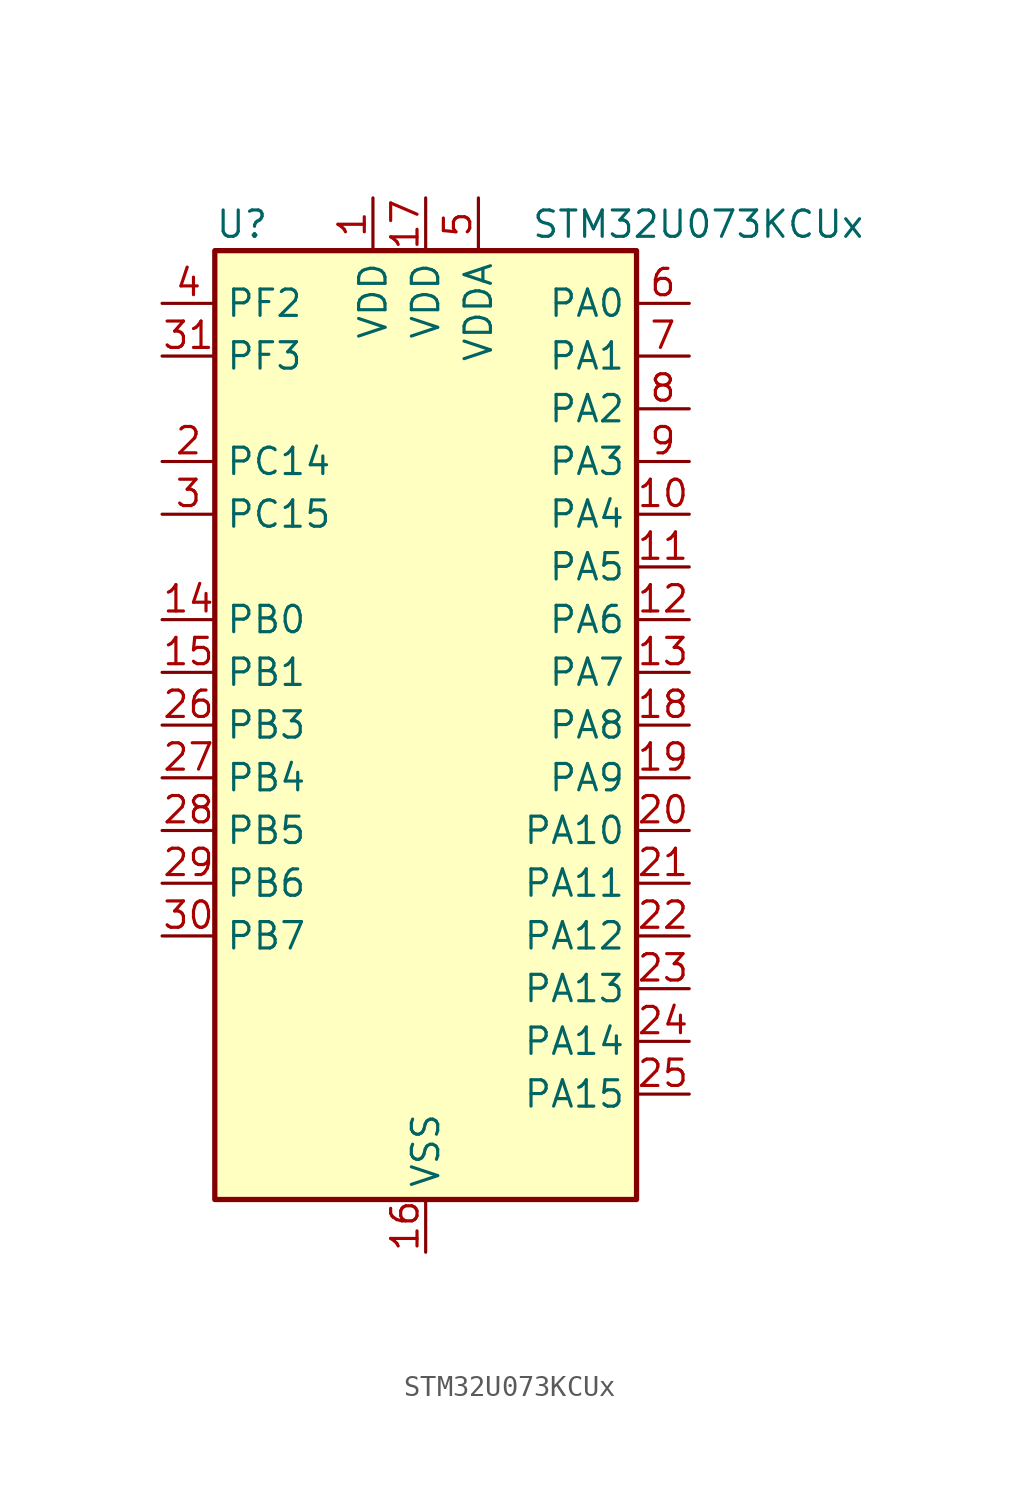
<source format=kicad_sym>
(kicad_symbol_lib
  (version 20231120)
  (generator "kicad_symbol_editor")
  (generator_version "8.99")
  (symbol "STM32U073KCUx"
    (property "Reference" "U"
      (at -10.16 24.13 0)
      (effects (font (size 1.27 1.27)) (justify left)))
    (property "Value" "STM32U073KCUx"
      (at 5.08 24.13 0)
      (effects (font (size 1.27 1.27)) (justify left)))
    (property "ki_locked" ""
      (at 0 0 0)
      (effects (font (size 1.27 1.27))))
    (symbol "STM32U073KCUx_0_1"
      (rectangle (start -10.16 -22.86) (end 10.16 22.86) (stroke (width 0.254) (type default)) (fill (type background))))
    (symbol "STM32U073KCUx_1_1"
      (pin power_in line (at -2.54 25.4 270) (length 2.54) (name "VDD" (effects (font (size 1.27 1.27)))) (number "1" (effects (font (size 1.27 1.27)))))
      (pin bidirectional line (at 12.7 10.16 180) (length 2.54) (name "PA4" (effects (font (size 1.27 1.27)))) (number "10" (effects (font (size 1.27 1.27)))) (alternate "ADC1_IN8" bidirectional line) (alternate "COMP1_INM" bidirectional line) (alternate "COMP2_INM" bidirectional line) (alternate "DAC1_OUT1" bidirectional line) (alternate "LCD_SEG43" bidirectional line) (alternate "LPTIM2_CH1" bidirectional line) (alternate "LPUART3_TX" bidirectional line) (alternate "SPI1_NSS" bidirectional line) (alternate "SPI3_NSS" bidirectional line) (alternate "USART2_CK" bidirectional line))
      (pin bidirectional line (at 12.7 7.62 180) (length 2.54) (name "PA5" (effects (font (size 1.27 1.27)))) (number "11" (effects (font (size 1.27 1.27)))) (alternate "ADC1_IN9" bidirectional line) (alternate "COMP1_INM" bidirectional line) (alternate "COMP2_INM" bidirectional line) (alternate "LCD_SEG44" bidirectional line) (alternate "LPTIM2_ETR" bidirectional line) (alternate "LPUART3_RX" bidirectional line) (alternate "SPI1_SCK" bidirectional line) (alternate "TIM2_CH1" bidirectional line) (alternate "TIM2_ETR" bidirectional line) (alternate "USART3_TX" bidirectional line))
      (pin bidirectional line (at 12.7 5.08 180) (length 2.54) (name "PA6" (effects (font (size 1.27 1.27)))) (number "12" (effects (font (size 1.27 1.27)))) (alternate "ADC1_IN10" bidirectional line) (alternate "COMP1_OUT" bidirectional line) (alternate "I2C2_SDA" bidirectional line) (alternate "I2C3_SDA" bidirectional line) (alternate "LCD_SEG3" bidirectional line) (alternate "LPUART1_CTS" bidirectional line) (alternate "SPI1_MISO" bidirectional line) (alternate "TIM16_CH1" bidirectional line) (alternate "TIM1_BKIN" bidirectional line) (alternate "TIM3_CH1" bidirectional line) (alternate "TSC_G5_IO1" bidirectional line) (alternate "USART3_CTS" bidirectional line))
      (pin bidirectional line (at 12.7 2.54 180) (length 2.54) (name "PA7" (effects (font (size 1.27 1.27)))) (number "13" (effects (font (size 1.27 1.27)))) (alternate "ADC1_IN14" bidirectional line) (alternate "COMP2_OUT" bidirectional line) (alternate "I2C2_SCL" bidirectional line) (alternate "I2C3_SCL" bidirectional line) (alternate "LCD_SEG4" bidirectional line) (alternate "LPTIM2_CH2" bidirectional line) (alternate "SPI1_MOSI" bidirectional line) (alternate "TIM1_CH1N" bidirectional line) (alternate "TIM3_CH2" bidirectional line) (alternate "USART3_RX" bidirectional line))
      (pin bidirectional line (at -12.7 5.08 0) (length 2.54) (name "PB0" (effects (font (size 1.27 1.27)))) (number "14" (effects (font (size 1.27 1.27)))) (alternate "ADC1_IN17" bidirectional line) (alternate "COMP1_OUT" bidirectional line) (alternate "LCD_SEG5" bidirectional line) (alternate "LPTIM3_CH1" bidirectional line) (alternate "LPUART2_CTS" bidirectional line) (alternate "SPI1_NSS" bidirectional line) (alternate "TIM1_CH2N" bidirectional line) (alternate "TIM3_CH3" bidirectional line) (alternate "TSC_G5_IO2" bidirectional line) (alternate "USART3_CK" bidirectional line))
      (pin bidirectional line (at -12.7 2.54 0) (length 2.54) (name "PB1" (effects (font (size 1.27 1.27)))) (number "15" (effects (font (size 1.27 1.27)))) (alternate "ADC1_IN18" bidirectional line) (alternate "COMP1_INM" bidirectional line) (alternate "LCD_SEG6" bidirectional line) (alternate "LPTIM2_IN1" bidirectional line) (alternate "LPTIM3_CH2" bidirectional line) (alternate "LPUART1_DE" bidirectional line) (alternate "LPUART1_RTS" bidirectional line) (alternate "LPUART2_DE" bidirectional line) (alternate "LPUART2_RTS" bidirectional line) (alternate "TIM1_CH3N" bidirectional line) (alternate "TIM3_CH4" bidirectional line) (alternate "TSC_SYNC" bidirectional line) (alternate "USART3_DE" bidirectional line) (alternate "USART3_RTS" bidirectional line))
      (pin power_in line (at 0 -25.4 90) (length 2.54) (name "VSS" (effects (font (size 1.27 1.27)))) (number "16" (effects (font (size 1.27 1.27)))))
      (pin power_in line (at 0 25.4 270) (length 2.54) (name "VDD" (effects (font (size 1.27 1.27)))) (number "17" (effects (font (size 1.27 1.27)))))
      (pin bidirectional line (at 12.7 0 180) (length 2.54) (name "PA8" (effects (font (size 1.27 1.27)))) (number "18" (effects (font (size 1.27 1.27)))) (alternate "LCD_COM0" bidirectional line) (alternate "LPTIM2_CH1" bidirectional line) (alternate "RCC_MCO" bidirectional line) (alternate "RCC_MCO2" bidirectional line) (alternate "TIM1_CH1" bidirectional line) (alternate "TSC_G7_IO1" bidirectional line) (alternate "USART1_CK" bidirectional line))
      (pin bidirectional line (at 12.7 -2.54 180) (length 2.54) (name "PA9" (effects (font (size 1.27 1.27)))) (number "19" (effects (font (size 1.27 1.27)))) (alternate "COMP1_INP" bidirectional line) (alternate "DAC1_EXTI9" bidirectional line) (alternate "I2C1_SCL" bidirectional line) (alternate "I2C2_SCL" bidirectional line) (alternate "LCD_COM1" bidirectional line) (alternate "RCC_MCO" bidirectional line) (alternate "TIM15_BKIN" bidirectional line) (alternate "TIM1_CH2" bidirectional line) (alternate "TSC_G7_IO2" bidirectional line) (alternate "USART1_TX" bidirectional line))
      (pin bidirectional line (at -12.7 12.7 0) (length 2.54) (name "PC14" (effects (font (size 1.27 1.27)))) (number "2" (effects (font (size 1.27 1.27)))) (alternate "RCC_OSC32_IN" bidirectional line))
      (pin bidirectional line (at 12.7 -5.08 180) (length 2.54) (name "PA10" (effects (font (size 1.27 1.27)))) (number "20" (effects (font (size 1.27 1.27)))) (alternate "CRS_SYNC" bidirectional line) (alternate "I2C1_SDA" bidirectional line) (alternate "I2C2_SDA" bidirectional line) (alternate "LCD_COM2" bidirectional line) (alternate "RCC_MCO2" bidirectional line) (alternate "SPI2_NSS" bidirectional line) (alternate "TIM1_CH3" bidirectional line) (alternate "TSC_G7_IO3" bidirectional line) (alternate "USART1_RX" bidirectional line))
      (pin bidirectional line (at 12.7 -7.62 180) (length 2.54) (name "PA11" (effects (font (size 1.27 1.27)))) (number "21" (effects (font (size 1.27 1.27)))) (alternate "ADC1_EXTI11" bidirectional line) (alternate "COMP1_OUT" bidirectional line) (alternate "SPI1_MISO" bidirectional line) (alternate "SPI2_MISO" bidirectional line) (alternate "TIM1_BKIN2" bidirectional line) (alternate "TIM1_CH4" bidirectional line) (alternate "USART1_CTS" bidirectional line) (alternate "USB_DM" bidirectional line))
      (pin bidirectional line (at 12.7 -10.16 180) (length 2.54) (name "PA12" (effects (font (size 1.27 1.27)))) (number "22" (effects (font (size 1.27 1.27)))) (alternate "SPI1_MOSI" bidirectional line) (alternate "SPI2_MOSI" bidirectional line) (alternate "TIM1_ETR" bidirectional line) (alternate "USART1_DE" bidirectional line) (alternate "USART1_RTS" bidirectional line) (alternate "USB_DP" bidirectional line))
      (pin bidirectional line (at 12.7 -12.7 180) (length 2.54) (name "PA13" (effects (font (size 1.27 1.27)))) (number "23" (effects (font (size 1.27 1.27)))) (alternate "DEBUG_JTMS-SWDIO" bidirectional line) (alternate "IR_OUT" bidirectional line) (alternate "LCD_SEG40" bidirectional line) (alternate "TSC_G7_IO4" bidirectional line) (alternate "USB_NOE" bidirectional line))
      (pin bidirectional line (at 12.7 -15.24 180) (length 2.54) (name "PA14" (effects (font (size 1.27 1.27)))) (number "24" (effects (font (size 1.27 1.27)))) (alternate "DEBUG_JTCK-SWCLK" bidirectional line) (alternate "LCD_SEG41" bidirectional line) (alternate "LPTIM1_CH1" bidirectional line) (alternate "TSC_G3_IO4" bidirectional line))
      (pin bidirectional line (at 12.7 -17.78 180) (length 2.54) (name "PA15" (effects (font (size 1.27 1.27)))) (number "25" (effects (font (size 1.27 1.27)))) (alternate "DEBUG_JTDI" bidirectional line) (alternate "LCD_SEG17" bidirectional line) (alternate "LPTIM3_CH3" bidirectional line) (alternate "LPTIM3_IN2" bidirectional line) (alternate "SPI1_NSS" bidirectional line) (alternate "SPI3_NSS" bidirectional line) (alternate "TIM2_CH1" bidirectional line) (alternate "TIM2_ETR" bidirectional line) (alternate "TSC_G3_IO1" bidirectional line) (alternate "USART2_RX" bidirectional line) (alternate "USART3_DE" bidirectional line) (alternate "USART3_RTS" bidirectional line) (alternate "USART4_DE" bidirectional line) (alternate "USART4_RTS" bidirectional line))
      (pin bidirectional line (at -12.7 0 0) (length 2.54) (name "PB3" (effects (font (size 1.27 1.27)))) (number "26" (effects (font (size 1.27 1.27)))) (alternate "COMP2_INM" bidirectional line) (alternate "DEBUG_JTDO-SWO" bidirectional line) (alternate "I2C2_SCL" bidirectional line) (alternate "I2C3_SCL" bidirectional line) (alternate "LCD_SEG7" bidirectional line) (alternate "LPTIM1_CH3" bidirectional line) (alternate "SPI1_SCK" bidirectional line) (alternate "SPI3_SCK" bidirectional line) (alternate "TIM2_CH2" bidirectional line) (alternate "USART1_DE" bidirectional line) (alternate "USART1_RTS" bidirectional line))
      (pin bidirectional line (at -12.7 -2.54 0) (length 2.54) (name "PB4" (effects (font (size 1.27 1.27)))) (number "27" (effects (font (size 1.27 1.27)))) (alternate "COMP2_INP" bidirectional line) (alternate "I2C2_SDA" bidirectional line) (alternate "I2C3_SDA" bidirectional line) (alternate "LCD_SEG8" bidirectional line) (alternate "LPTIM1_CH4" bidirectional line) (alternate "LPUART3_DE" bidirectional line) (alternate "LPUART3_RTS" bidirectional line) (alternate "SPI1_MISO" bidirectional line) (alternate "SPI3_MISO" bidirectional line) (alternate "TIM3_CH1" bidirectional line) (alternate "TSC_G2_IO1" bidirectional line) (alternate "USART1_CTS" bidirectional line))
      (pin bidirectional line (at -12.7 -5.08 0) (length 2.54) (name "PB5" (effects (font (size 1.27 1.27)))) (number "28" (effects (font (size 1.27 1.27)))) (alternate "COMP2_OUT" bidirectional line) (alternate "LCD_SEG9" bidirectional line) (alternate "LPTIM1_IN1" bidirectional line) (alternate "LPUART3_CTS" bidirectional line) (alternate "SPI1_MOSI" bidirectional line) (alternate "SPI3_MOSI" bidirectional line) (alternate "TIM16_BKIN" bidirectional line) (alternate "TIM3_CH2" bidirectional line) (alternate "TSC_G2_IO2" bidirectional line) (alternate "USART1_CK" bidirectional line))
      (pin bidirectional line (at -12.7 -7.62 0) (length 2.54) (name "PB6" (effects (font (size 1.27 1.27)))) (number "29" (effects (font (size 1.27 1.27)))) (alternate "COMP2_INP" bidirectional line) (alternate "I2C1_SCL" bidirectional line) (alternate "I2C2_SCL" bidirectional line) (alternate "I2C4_SCL" bidirectional line) (alternate "LPTIM1_ETR" bidirectional line) (alternate "LPUART2_TX" bidirectional line) (alternate "LPUART3_TX" bidirectional line) (alternate "TIM16_CH1N" bidirectional line) (alternate "TSC_G2_IO3" bidirectional line) (alternate "USART1_TX" bidirectional line))
      (pin bidirectional line (at -12.7 10.16 0) (length 2.54) (name "PC15" (effects (font (size 1.27 1.27)))) (number "3" (effects (font (size 1.27 1.27)))) (alternate "RCC_OSC32_EN" bidirectional line) (alternate "RCC_OSC32_OUT" bidirectional line) (alternate "RCC_OSC_EN" bidirectional line))
      (pin bidirectional line (at -12.7 -10.16 0) (length 2.54) (name "PB7" (effects (font (size 1.27 1.27)))) (number "30" (effects (font (size 1.27 1.27)))) (alternate "COMP2_INM" bidirectional line) (alternate "I2C1_SDA" bidirectional line) (alternate "I2C2_SDA" bidirectional line) (alternate "I2C4_SDA" bidirectional line) (alternate "LCD_SEG21" bidirectional line) (alternate "LPTIM1_IN2" bidirectional line) (alternate "LPUART2_RX" bidirectional line) (alternate "LPUART3_RX" bidirectional line) (alternate "PWR_PVD_IN" bidirectional line) (alternate "TSC_G2_IO4" bidirectional line) (alternate "USART1_RX" bidirectional line) (alternate "USART4_CTS" bidirectional line))
      (pin bidirectional line (at -12.7 17.78 0) (length 2.54) (name "PF3" (effects (font (size 1.27 1.27)))) (number "31" (effects (font (size 1.27 1.27)))))
      (pin passive line (at 0 -25.4 90) (length 2.54) hide (name "VSS" (effects (font (size 1.27 1.27)))) (number "32" (effects (font (size 1.27 1.27)))))
      (pin passive line (at 0 -25.4 90) (length 2.54) hide (name "VSS" (effects (font (size 1.27 1.27)))) (number "33" (effects (font (size 1.27 1.27)))))
      (pin bidirectional line (at -12.7 20.32 0) (length 2.54) (name "PF2" (effects (font (size 1.27 1.27)))) (number "4" (effects (font (size 1.27 1.27)))) (alternate "RCC_MCO" bidirectional line))
      (pin power_in line (at 2.54 25.4 270) (length 2.54) (name "VDDA" (effects (font (size 1.27 1.27)))) (number "5" (effects (font (size 1.27 1.27)))))
      (pin bidirectional line (at 12.7 20.32 180) (length 2.54) (name "PA0" (effects (font (size 1.27 1.27)))) (number "6" (effects (font (size 1.27 1.27)))) (alternate "ADC1_IN4" bidirectional line) (alternate "COMP1_INM" bidirectional line) (alternate "COMP1_OUT" bidirectional line) (alternate "LCD_SEG42" bidirectional line) (alternate "OPAMP1_VINP" bidirectional line) (alternate "PWR_WKUP1" bidirectional line) (alternate "TAMP_IN2" bidirectional line) (alternate "TIM2_CH1" bidirectional line) (alternate "TIM2_ETR" bidirectional line) (alternate "USART2_CTS" bidirectional line) (alternate "USART4_TX" bidirectional line))
      (pin bidirectional line (at 12.7 17.78 180) (length 2.54) (name "PA1" (effects (font (size 1.27 1.27)))) (number "7" (effects (font (size 1.27 1.27)))) (alternate "ADC1_IN5" bidirectional line) (alternate "COMP1_INP" bidirectional line) (alternate "LCD_SEG0" bidirectional line) (alternate "LPTIM1_CH2" bidirectional line) (alternate "OPAMP1_VINM" bidirectional line) (alternate "PWR_WKUP3" bidirectional line) (alternate "SPI1_SCK" bidirectional line) (alternate "SPI2_SCK" bidirectional line) (alternate "TAMP_IN5" bidirectional line) (alternate "TIM15_CH1N" bidirectional line) (alternate "TIM2_CH2" bidirectional line) (alternate "USART2_DE" bidirectional line) (alternate "USART2_RTS" bidirectional line) (alternate "USART4_RX" bidirectional line))
      (pin bidirectional line (at 12.7 15.24 180) (length 2.54) (name "PA2" (effects (font (size 1.27 1.27)))) (number "8" (effects (font (size 1.27 1.27)))) (alternate "ADC1_IN6" bidirectional line) (alternate "COMP2_INM" bidirectional line) (alternate "COMP2_OUT" bidirectional line) (alternate "LCD_SEG1" bidirectional line) (alternate "LPUART1_TX" bidirectional line) (alternate "PWR_WKUP4" bidirectional line) (alternate "RCC_LSCO" bidirectional line) (alternate "TIM15_CH1" bidirectional line) (alternate "TIM2_CH3" bidirectional line) (alternate "USART2_TX" bidirectional line))
      (pin bidirectional line (at 12.7 12.7 180) (length 2.54) (name "PA3" (effects (font (size 1.27 1.27)))) (number "9" (effects (font (size 1.27 1.27)))) (alternate "ADC1_IN7" bidirectional line) (alternate "COMP2_INP" bidirectional line) (alternate "LCD_SEG2" bidirectional line) (alternate "LPUART1_RX" bidirectional line) (alternate "OPAMP1_VOUT" bidirectional line) (alternate "TIM15_CH2" bidirectional line) (alternate "TIM2_CH4" bidirectional line) (alternate "USART2_RX" bidirectional line)))))
</source>
